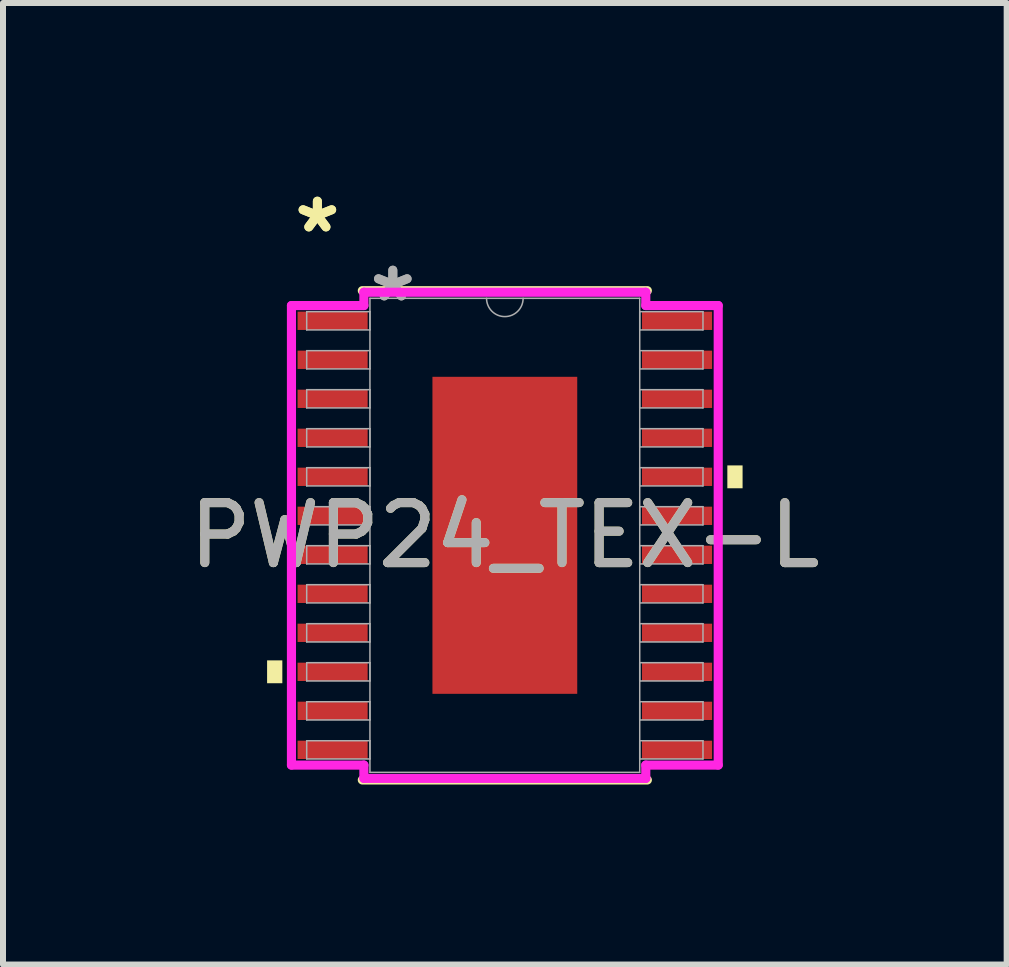
<source format=kicad_pcb>
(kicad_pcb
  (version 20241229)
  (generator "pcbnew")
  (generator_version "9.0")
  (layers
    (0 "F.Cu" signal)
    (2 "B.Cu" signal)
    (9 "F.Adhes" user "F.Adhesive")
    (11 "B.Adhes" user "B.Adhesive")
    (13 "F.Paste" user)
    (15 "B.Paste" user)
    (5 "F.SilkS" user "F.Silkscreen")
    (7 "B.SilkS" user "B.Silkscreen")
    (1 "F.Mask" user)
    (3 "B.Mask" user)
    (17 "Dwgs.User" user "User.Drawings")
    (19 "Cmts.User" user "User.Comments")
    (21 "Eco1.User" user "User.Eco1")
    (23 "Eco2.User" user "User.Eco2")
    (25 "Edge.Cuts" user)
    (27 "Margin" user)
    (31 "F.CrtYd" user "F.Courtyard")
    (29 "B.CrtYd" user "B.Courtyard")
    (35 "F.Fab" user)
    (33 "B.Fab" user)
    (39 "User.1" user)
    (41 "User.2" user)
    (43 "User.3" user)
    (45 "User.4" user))
  (footprint "PWP24_TEX-L"
    (layer "F.Cu")
    (at 5.363 5.871)
    (property "Reference" "PWP24_TEX-L" (at 0 0 0) (unlocked yes) (layer "F.SilkS") (effects (font (size 1 1) (thickness 0.15))))
    (attr smd)
    (fp_line (start -2.375 4.077) (end 2.375 4.077) (stroke (width 0.152) (type solid)) (layer "F.SilkS"))
    (fp_line (start 2.375 -4.077) (end -2.375 -4.077) (stroke (width 0.152) (type solid)) (layer "F.SilkS"))
    (fp_poly (pts (xy -3.962 2.084) (xy -3.962 2.465) (xy -3.708 2.465) (xy -3.708 2.084)) (stroke (width 0) (type solid)) (fill yes) (layer "F.SilkS"))
    (fp_poly (pts (xy 3.962 -1.165) (xy 3.962 -0.784) (xy 3.708 -0.784) (xy 3.708 -1.165)) (stroke (width 0) (type solid)) (fill yes) (layer "F.SilkS"))
    (fp_poly (pts (xy -1.107 -2.542) (xy -1.107 -1.421) (xy 1.107 -1.421) (xy 1.107 -2.542)) (stroke (width 0) (type solid)) (fill yes) (layer "F.Paste"))
    (fp_poly (pts (xy -1.107 -1.221) (xy -1.107 -0.1) (xy 1.107 -0.1) (xy 1.107 -1.221)) (stroke (width 0) (type solid)) (fill yes) (layer "F.Paste"))
    (fp_poly (pts (xy -1.107 0.1) (xy -1.107 1.221) (xy 1.107 1.221) (xy 1.107 0.1)) (stroke (width 0) (type solid)) (fill yes) (layer "F.Paste"))
    (fp_poly (pts (xy -1.107 1.421) (xy -1.107 2.542) (xy 1.107 2.542) (xy 1.107 1.421)) (stroke (width 0) (type solid)) (fill yes) (layer "F.Paste"))
    (fp_line (start -3.556 -3.829) (end -2.349 -3.829) (stroke (width 0.152) (type solid)) (layer "F.CrtYd"))
    (fp_line (start -3.556 3.829) (end -3.556 -3.829) (stroke (width 0.152) (type solid)) (layer "F.CrtYd"))
    (fp_line (start -3.556 3.829) (end -2.349 3.829) (stroke (width 0.152) (type solid)) (layer "F.CrtYd"))
    (fp_line (start -2.349 -4.051) (end 2.349 -4.051) (stroke (width 0.152) (type solid)) (layer "F.CrtYd"))
    (fp_line (start -2.349 -3.829) (end -2.349 -4.051) (stroke (width 0.152) (type solid)) (layer "F.CrtYd"))
    (fp_line (start -2.349 4.051) (end -2.349 3.829) (stroke (width 0.152) (type solid)) (layer "F.CrtYd"))
    (fp_line (start 2.349 -4.051) (end 2.349 -3.829) (stroke (width 0.152) (type solid)) (layer "F.CrtYd"))
    (fp_line (start 2.349 3.829) (end 2.349 4.051) (stroke (width 0.152) (type solid)) (layer "F.CrtYd"))
    (fp_line (start 2.349 4.051) (end -2.349 4.051) (stroke (width 0.152) (type solid)) (layer "F.CrtYd"))
    (fp_line (start 3.556 -3.829) (end 2.349 -3.829) (stroke (width 0.152) (type solid)) (layer "F.CrtYd"))
    (fp_line (start 3.556 -3.829) (end 3.556 3.829) (stroke (width 0.152) (type solid)) (layer "F.CrtYd"))
    (fp_line (start 3.556 3.829) (end 2.349 3.829) (stroke (width 0.152) (type solid)) (layer "F.CrtYd"))
    (fp_line (start -3.302 -3.727) (end -3.302 -3.423) (stroke (width 0.025) (type solid)) (layer "F.Fab"))
    (fp_line (start -3.302 -3.423) (end -2.248 -3.423) (stroke (width 0.025) (type solid)) (layer "F.Fab"))
    (fp_line (start -3.302 -3.077) (end -3.302 -2.773) (stroke (width 0.025) (type solid)) (layer "F.Fab"))
    (fp_line (start -3.302 -2.773) (end -2.248 -2.773) (stroke (width 0.025) (type solid)) (layer "F.Fab"))
    (fp_line (start -3.302 -2.427) (end -3.302 -2.123) (stroke (width 0.025) (type solid)) (layer "F.Fab"))
    (fp_line (start -3.302 -2.123) (end -2.248 -2.123) (stroke (width 0.025) (type solid)) (layer "F.Fab"))
    (fp_line (start -3.302 -1.777) (end -3.302 -1.473) (stroke (width 0.025) (type solid)) (layer "F.Fab"))
    (fp_line (start -3.302 -1.473) (end -2.248 -1.473) (stroke (width 0.025) (type solid)) (layer "F.Fab"))
    (fp_line (start -3.302 -1.127) (end -3.302 -0.823) (stroke (width 0.025) (type solid)) (layer "F.Fab"))
    (fp_line (start -3.302 -0.823) (end -2.248 -0.823) (stroke (width 0.025) (type solid)) (layer "F.Fab"))
    (fp_line (start -3.302 -0.477) (end -3.302 -0.173) (stroke (width 0.025) (type solid)) (layer "F.Fab"))
    (fp_line (start -3.302 -0.173) (end -2.248 -0.173) (stroke (width 0.025) (type solid)) (layer "F.Fab"))
    (fp_line (start -3.302 0.173) (end -3.302 0.477) (stroke (width 0.025) (type solid)) (layer "F.Fab"))
    (fp_line (start -3.302 0.477) (end -2.248 0.477) (stroke (width 0.025) (type solid)) (layer "F.Fab"))
    (fp_line (start -3.302 0.823) (end -3.302 1.127) (stroke (width 0.025) (type solid)) (layer "F.Fab"))
    (fp_line (start -3.302 1.127) (end -2.248 1.127) (stroke (width 0.025) (type solid)) (layer "F.Fab"))
    (fp_line (start -3.302 1.473) (end -3.302 1.777) (stroke (width 0.025) (type solid)) (layer "F.Fab"))
    (fp_line (start -3.302 1.777) (end -2.248 1.777) (stroke (width 0.025) (type solid)) (layer "F.Fab"))
    (fp_line (start -3.302 2.123) (end -3.302 2.427) (stroke (width 0.025) (type solid)) (layer "F.Fab"))
    (fp_line (start -3.302 2.427) (end -2.248 2.427) (stroke (width 0.025) (type solid)) (layer "F.Fab"))
    (fp_line (start -3.302 2.773) (end -3.302 3.077) (stroke (width 0.025) (type solid)) (layer "F.Fab"))
    (fp_line (start -3.302 3.077) (end -2.248 3.077) (stroke (width 0.025) (type solid)) (layer "F.Fab"))
    (fp_line (start -3.302 3.423) (end -3.302 3.727) (stroke (width 0.025) (type solid)) (layer "F.Fab"))
    (fp_line (start -3.302 3.727) (end -2.248 3.727) (stroke (width 0.025) (type solid)) (layer "F.Fab"))
    (fp_line (start -2.248 -3.95) (end -2.248 3.95) (stroke (width 0.025) (type solid)) (layer "F.Fab"))
    (fp_line (start -2.248 -3.727) (end -3.302 -3.727) (stroke (width 0.025) (type solid)) (layer "F.Fab"))
    (fp_line (start -2.248 -3.423) (end -2.248 -3.727) (stroke (width 0.025) (type solid)) (layer "F.Fab"))
    (fp_line (start -2.248 -3.077) (end -3.302 -3.077) (stroke (width 0.025) (type solid)) (layer "F.Fab"))
    (fp_line (start -2.248 -2.773) (end -2.248 -3.077) (stroke (width 0.025) (type solid)) (layer "F.Fab"))
    (fp_line (start -2.248 -2.427) (end -3.302 -2.427) (stroke (width 0.025) (type solid)) (layer "F.Fab"))
    (fp_line (start -2.248 -2.123) (end -2.248 -2.427) (stroke (width 0.025) (type solid)) (layer "F.Fab"))
    (fp_line (start -2.248 -1.777) (end -3.302 -1.777) (stroke (width 0.025) (type solid)) (layer "F.Fab"))
    (fp_line (start -2.248 -1.473) (end -2.248 -1.777) (stroke (width 0.025) (type solid)) (layer "F.Fab"))
    (fp_line (start -2.248 -1.127) (end -3.302 -1.127) (stroke (width 0.025) (type solid)) (layer "F.Fab"))
    (fp_line (start -2.248 -0.823) (end -2.248 -1.127) (stroke (width 0.025) (type solid)) (layer "F.Fab"))
    (fp_line (start -2.248 -0.477) (end -3.302 -0.477) (stroke (width 0.025) (type solid)) (layer "F.Fab"))
    (fp_line (start -2.248 -0.173) (end -2.248 -0.477) (stroke (width 0.025) (type solid)) (layer "F.Fab"))
    (fp_line (start -2.248 0.173) (end -3.302 0.173) (stroke (width 0.025) (type solid)) (layer "F.Fab"))
    (fp_line (start -2.248 0.477) (end -2.248 0.173) (stroke (width 0.025) (type solid)) (layer "F.Fab"))
    (fp_line (start -2.248 0.823) (end -3.302 0.823) (stroke (width 0.025) (type solid)) (layer "F.Fab"))
    (fp_line (start -2.248 1.127) (end -2.248 0.823) (stroke (width 0.025) (type solid)) (layer "F.Fab"))
    (fp_line (start -2.248 1.473) (end -3.302 1.473) (stroke (width 0.025) (type solid)) (layer "F.Fab"))
    (fp_line (start -2.248 1.777) (end -2.248 1.473) (stroke (width 0.025) (type solid)) (layer "F.Fab"))
    (fp_line (start -2.248 2.123) (end -3.302 2.123) (stroke (width 0.025) (type solid)) (layer "F.Fab"))
    (fp_line (start -2.248 2.427) (end -2.248 2.123) (stroke (width 0.025) (type solid)) (layer "F.Fab"))
    (fp_line (start -2.248 2.773) (end -3.302 2.773) (stroke (width 0.025) (type solid)) (layer "F.Fab"))
    (fp_line (start -2.248 3.077) (end -2.248 2.773) (stroke (width 0.025) (type solid)) (layer "F.Fab"))
    (fp_line (start -2.248 3.423) (end -3.302 3.423) (stroke (width 0.025) (type solid)) (layer "F.Fab"))
    (fp_line (start -2.248 3.727) (end -2.248 3.423) (stroke (width 0.025) (type solid)) (layer "F.Fab"))
    (fp_line (start -2.248 3.95) (end 2.248 3.95) (stroke (width 0.025) (type solid)) (layer "F.Fab"))
    (fp_line (start 2.248 -3.95) (end -2.248 -3.95) (stroke (width 0.025) (type solid)) (layer "F.Fab"))
    (fp_line (start 2.248 -3.727) (end 2.248 -3.423) (stroke (width 0.025) (type solid)) (layer "F.Fab"))
    (fp_line (start 2.248 -3.423) (end 3.302 -3.423) (stroke (width 0.025) (type solid)) (layer "F.Fab"))
    (fp_line (start 2.248 -3.077) (end 2.248 -2.773) (stroke (width 0.025) (type solid)) (layer "F.Fab"))
    (fp_line (start 2.248 -2.773) (end 3.302 -2.773) (stroke (width 0.025) (type solid)) (layer "F.Fab"))
    (fp_line (start 2.248 -2.427) (end 2.248 -2.123) (stroke (width 0.025) (type solid)) (layer "F.Fab"))
    (fp_line (start 2.248 -2.123) (end 3.302 -2.123) (stroke (width 0.025) (type solid)) (layer "F.Fab"))
    (fp_line (start 2.248 -1.777) (end 2.248 -1.473) (stroke (width 0.025) (type solid)) (layer "F.Fab"))
    (fp_line (start 2.248 -1.473) (end 3.302 -1.473) (stroke (width 0.025) (type solid)) (layer "F.Fab"))
    (fp_line (start 2.248 -1.127) (end 2.248 -0.823) (stroke (width 0.025) (type solid)) (layer "F.Fab"))
    (fp_line (start 2.248 -0.823) (end 3.302 -0.823) (stroke (width 0.025) (type solid)) (layer "F.Fab"))
    (fp_line (start 2.248 -0.477) (end 2.248 -0.173) (stroke (width 0.025) (type solid)) (layer "F.Fab"))
    (fp_line (start 2.248 -0.173) (end 3.302 -0.173) (stroke (width 0.025) (type solid)) (layer "F.Fab"))
    (fp_line (start 2.248 0.173) (end 2.248 0.477) (stroke (width 0.025) (type solid)) (layer "F.Fab"))
    (fp_line (start 2.248 0.477) (end 3.302 0.477) (stroke (width 0.025) (type solid)) (layer "F.Fab"))
    (fp_line (start 2.248 0.823) (end 2.248 1.127) (stroke (width 0.025) (type solid)) (layer "F.Fab"))
    (fp_line (start 2.248 1.127) (end 3.302 1.127) (stroke (width 0.025) (type solid)) (layer "F.Fab"))
    (fp_line (start 2.248 1.473) (end 2.248 1.777) (stroke (width 0.025) (type solid)) (layer "F.Fab"))
    (fp_line (start 2.248 1.777) (end 3.302 1.777) (stroke (width 0.025) (type solid)) (layer "F.Fab"))
    (fp_line (start 2.248 2.123) (end 2.248 2.427) (stroke (width 0.025) (type solid)) (layer "F.Fab"))
    (fp_line (start 2.248 2.427) (end 3.302 2.427) (stroke (width 0.025) (type solid)) (layer "F.Fab"))
    (fp_line (start 2.248 2.773) (end 2.248 3.077) (stroke (width 0.025) (type solid)) (layer "F.Fab"))
    (fp_line (start 2.248 3.077) (end 3.302 3.077) (stroke (width 0.025) (type solid)) (layer "F.Fab"))
    (fp_line (start 2.248 3.423) (end 2.248 3.727) (stroke (width 0.025) (type solid)) (layer "F.Fab"))
    (fp_line (start 2.248 3.727) (end 3.302 3.727) (stroke (width 0.025) (type solid)) (layer "F.Fab"))
    (fp_line (start 2.248 3.95) (end 2.248 -3.95) (stroke (width 0.025) (type solid)) (layer "F.Fab"))
    (fp_line (start 3.302 -3.727) (end 2.248 -3.727) (stroke (width 0.025) (type solid)) (layer "F.Fab"))
    (fp_line (start 3.302 -3.423) (end 3.302 -3.727) (stroke (width 0.025) (type solid)) (layer "F.Fab"))
    (fp_line (start 3.302 -3.077) (end 2.248 -3.077) (stroke (width 0.025) (type solid)) (layer "F.Fab"))
    (fp_line (start 3.302 -2.773) (end 3.302 -3.077) (stroke (width 0.025) (type solid)) (layer "F.Fab"))
    (fp_line (start 3.302 -2.427) (end 2.248 -2.427) (stroke (width 0.025) (type solid)) (layer "F.Fab"))
    (fp_line (start 3.302 -2.123) (end 3.302 -2.427) (stroke (width 0.025) (type solid)) (layer "F.Fab"))
    (fp_line (start 3.302 -1.777) (end 2.248 -1.777) (stroke (width 0.025) (type solid)) (layer "F.Fab"))
    (fp_line (start 3.302 -1.473) (end 3.302 -1.777) (stroke (width 0.025) (type solid)) (layer "F.Fab"))
    (fp_line (start 3.302 -1.127) (end 2.248 -1.127) (stroke (width 0.025) (type solid)) (layer "F.Fab"))
    (fp_line (start 3.302 -0.823) (end 3.302 -1.127) (stroke (width 0.025) (type solid)) (layer "F.Fab"))
    (fp_line (start 3.302 -0.477) (end 2.248 -0.477) (stroke (width 0.025) (type solid)) (layer "F.Fab"))
    (fp_line (start 3.302 -0.173) (end 3.302 -0.477) (stroke (width 0.025) (type solid)) (layer "F.Fab"))
    (fp_line (start 3.302 0.173) (end 2.248 0.173) (stroke (width 0.025) (type solid)) (layer "F.Fab"))
    (fp_line (start 3.302 0.477) (end 3.302 0.173) (stroke (width 0.025) (type solid)) (layer "F.Fab"))
    (fp_line (start 3.302 0.823) (end 2.248 0.823) (stroke (width 0.025) (type solid)) (layer "F.Fab"))
    (fp_line (start 3.302 1.127) (end 3.302 0.823) (stroke (width 0.025) (type solid)) (layer "F.Fab"))
    (fp_line (start 3.302 1.473) (end 2.248 1.473) (stroke (width 0.025) (type solid)) (layer "F.Fab"))
    (fp_line (start 3.302 1.777) (end 3.302 1.473) (stroke (width 0.025) (type solid)) (layer "F.Fab"))
    (fp_line (start 3.302 2.123) (end 2.248 2.123) (stroke (width 0.025) (type solid)) (layer "F.Fab"))
    (fp_line (start 3.302 2.427) (end 3.302 2.123) (stroke (width 0.025) (type solid)) (layer "F.Fab"))
    (fp_line (start 3.302 2.773) (end 2.248 2.773) (stroke (width 0.025) (type solid)) (layer "F.Fab"))
    (fp_line (start 3.302 3.077) (end 3.302 2.773) (stroke (width 0.025) (type solid)) (layer "F.Fab"))
    (fp_line (start 3.302 3.423) (end 2.248 3.423) (stroke (width 0.025) (type solid)) (layer "F.Fab"))
    (fp_line (start 3.302 3.727) (end 3.302 3.423) (stroke (width 0.025) (type solid)) (layer "F.Fab"))
    (fp_arc (start 0.3048 -3.9497) (mid 0 -3.6449) (end -0.3048 -3.9497) (stroke (width 0.0254) (type solid)) (layer "F.Fab"))
    (fp_text user "*" (at -3.124 -5.023 0) (unlocked yes) (layer "F.SilkS") (effects (font (size 1 1) (thickness 0.15))))
    (fp_text user "*" (at -3.124 -5.023 0) (layer "F.SilkS") (effects (font (size 1 1) (thickness 0.15))))
    (fp_text user "*" (at -1.867 -3.873 0) (layer "F.Fab") (effects (font (size 1 1) (thickness 0.15))))
    (fp_text user "*" (at -1.867 -3.873 0) (unlocked yes) (layer "F.Fab") (effects (font (size 1 1) (thickness 0.15))))
    (fp_text user "${REFERENCE}" (at 0 0 0) (unlocked yes) (layer "F.Fab") (effects (font (size 1 1) (thickness 0.15))))
    (pad "1" smd rect (at -2.87 -3.575) (size 1.168 0.305) (layers "F.Cu" "F.Mask" "F.Paste"))
    (pad "2" smd rect (at -2.87 -2.925) (size 1.168 0.305) (layers "F.Cu" "F.Mask" "F.Paste"))
    (pad "3" smd rect (at -2.87 -2.275) (size 1.168 0.305) (layers "F.Cu" "F.Mask" "F.Paste"))
    (pad "4" smd rect (at -2.87 -1.625) (size 1.168 0.305) (layers "F.Cu" "F.Mask" "F.Paste"))
    (pad "5" smd rect (at -2.87 -0.975) (size 1.168 0.305) (layers "F.Cu" "F.Mask" "F.Paste"))
    (pad "6" smd rect (at -2.87 -0.325) (size 1.168 0.305) (layers "F.Cu" "F.Mask" "F.Paste"))
    (pad "7" smd rect (at -2.87 0.325) (size 1.168 0.305) (layers "F.Cu" "F.Mask" "F.Paste"))
    (pad "8" smd rect (at -2.87 0.975) (size 1.168 0.305) (layers "F.Cu" "F.Mask" "F.Paste"))
    (pad "9" smd rect (at -2.87 1.625) (size 1.168 0.305) (layers "F.Cu" "F.Mask" "F.Paste"))
    (pad "10" smd rect (at -2.87 2.275) (size 1.168 0.305) (layers "F.Cu" "F.Mask" "F.Paste"))
    (pad "11" smd rect (at -2.87 2.925) (size 1.168 0.305) (layers "F.Cu" "F.Mask" "F.Paste"))
    (pad "12" smd rect (at -2.87 3.575) (size 1.168 0.305) (layers "F.Cu" "F.Mask" "F.Paste"))
    (pad "13" smd rect (at 2.87 3.575) (size 1.168 0.305) (layers "F.Cu" "F.Mask" "F.Paste"))
    (pad "14" smd rect (at 2.87 2.925) (size 1.168 0.305) (layers "F.Cu" "F.Mask" "F.Paste"))
    (pad "15" smd rect (at 2.87 2.275) (size 1.168 0.305) (layers "F.Cu" "F.Mask" "F.Paste"))
    (pad "16" smd rect (at 2.87 1.625) (size 1.168 0.305) (layers "F.Cu" "F.Mask" "F.Paste"))
    (pad "17" smd rect (at 2.87 0.975) (size 1.168 0.305) (layers "F.Cu" "F.Mask" "F.Paste"))
    (pad "18" smd rect (at 2.87 0.325) (size 1.168 0.305) (layers "F.Cu" "F.Mask" "F.Paste"))
    (pad "19" smd rect (at 2.87 -0.325) (size 1.168 0.305) (layers "F.Cu" "F.Mask" "F.Paste"))
    (pad "20" smd rect (at 2.87 -0.975) (size 1.168 0.305) (layers "F.Cu" "F.Mask" "F.Paste"))
    (pad "21" smd rect (at 2.87 -1.625) (size 1.168 0.305) (layers "F.Cu" "F.Mask" "F.Paste"))
    (pad "22" smd rect (at 2.87 -2.275) (size 1.168 0.305) (layers "F.Cu" "F.Mask" "F.Paste"))
    (pad "23" smd rect (at 2.87 -2.925) (size 1.168 0.305) (layers "F.Cu" "F.Mask" "F.Paste"))
    (pad "24" smd rect (at 2.87 -3.575) (size 1.168 0.305) (layers "F.Cu" "F.Mask" "F.Paste"))
    (pad "EPAD" smd rect (at 0 0) (size 2.413 5.283) (layers "F.Cu" "F.Mask")))
  (gr_rect
    (start -3 -3)
    (end 13.726 13.024)
    (stroke (width 0.1) (type default))
    (fill no)
    (layer "Edge.Cuts")))
</source>
